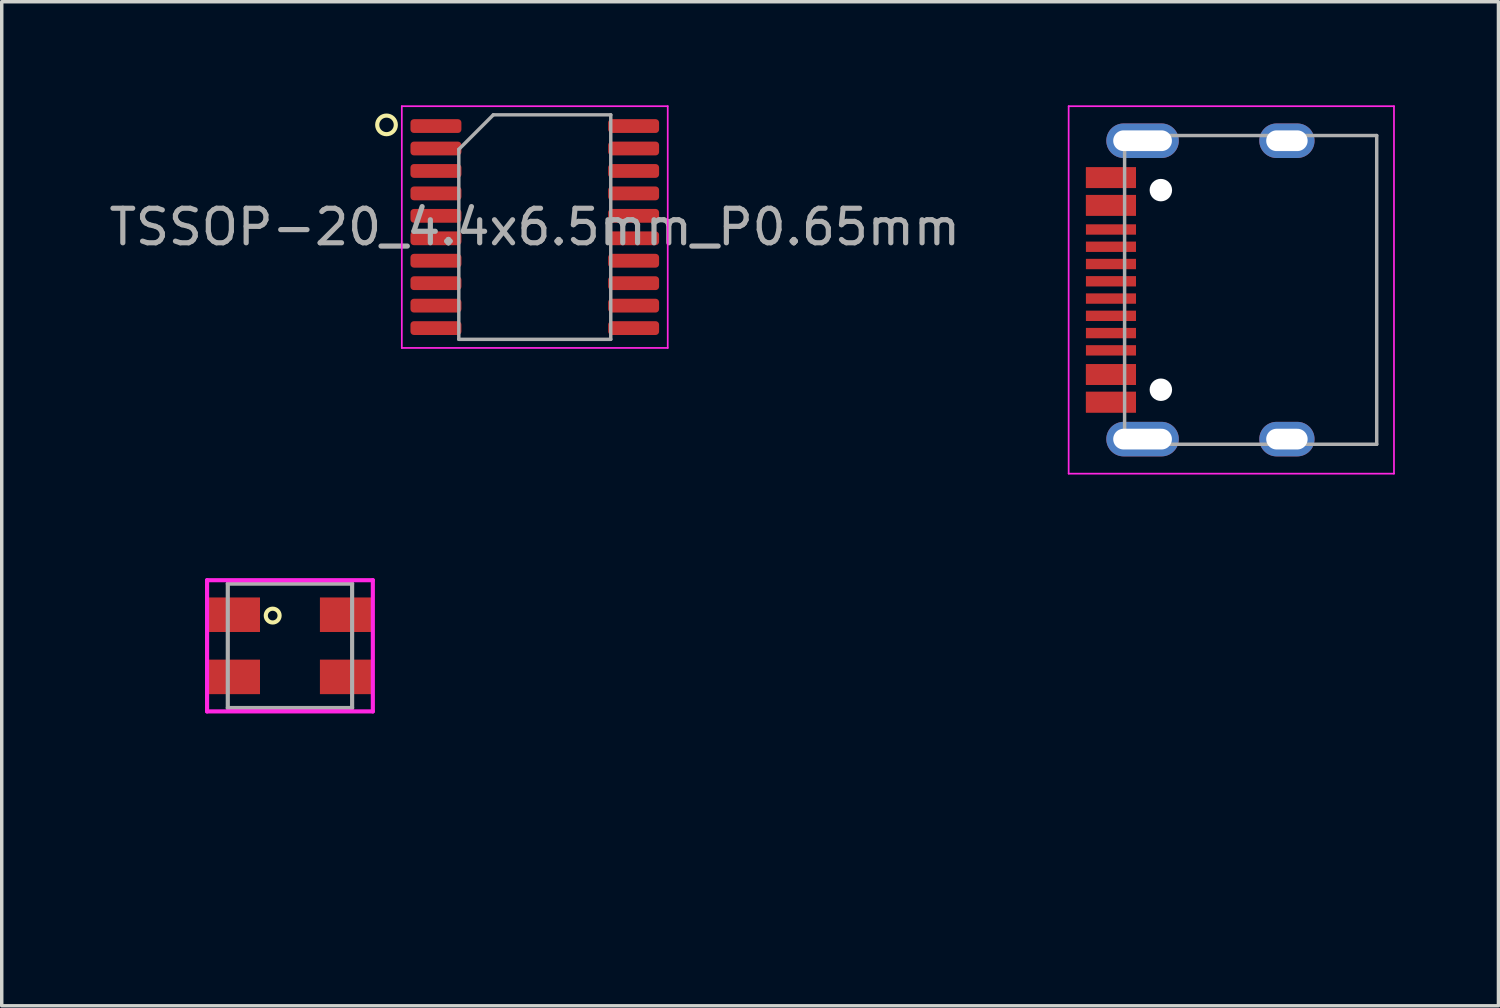
<source format=kicad_pcb>
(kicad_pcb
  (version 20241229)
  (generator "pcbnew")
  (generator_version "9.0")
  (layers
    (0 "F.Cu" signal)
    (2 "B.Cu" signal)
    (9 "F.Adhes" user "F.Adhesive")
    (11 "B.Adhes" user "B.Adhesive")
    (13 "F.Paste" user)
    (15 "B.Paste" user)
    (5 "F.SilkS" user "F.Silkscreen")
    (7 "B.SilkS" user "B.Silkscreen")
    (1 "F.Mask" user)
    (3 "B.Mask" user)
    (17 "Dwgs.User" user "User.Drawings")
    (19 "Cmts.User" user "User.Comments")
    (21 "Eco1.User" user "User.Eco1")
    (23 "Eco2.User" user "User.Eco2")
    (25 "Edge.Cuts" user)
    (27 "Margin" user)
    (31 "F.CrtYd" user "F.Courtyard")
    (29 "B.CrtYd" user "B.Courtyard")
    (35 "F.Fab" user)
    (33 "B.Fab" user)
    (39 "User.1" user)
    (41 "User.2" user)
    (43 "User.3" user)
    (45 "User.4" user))
  (footprint "USB_C_Receptacle_16P"
    (layer "F.Cu")
    (at 32.164 5.295)
    (property "Reference" "USB_C_Receptacle_16P" (at -1.131 0.06 90) (layer "Eco2.User") (effects (font (size 0.3 0.3) (thickness 0.075))))
    (attr smd)
    (fp_line (start -4.27 -5.27) (end 5.15 -5.27) (stroke (width 0.05) (type solid)) (layer "F.CrtYd"))
    (fp_line (start -4.27 5.37) (end -4.27 -5.27) (stroke (width 0.05) (type solid)) (layer "F.CrtYd"))
    (fp_line (start -4.27 5.37) (end 5.15 5.37) (stroke (width 0.05) (type solid)) (layer "F.CrtYd"))
    (fp_line (start 5.15 5.37) (end 5.15 -5.27) (stroke (width 0.05) (type solid)) (layer "F.CrtYd"))
    (fp_line (start -2.65 -4.42) (end 4.65 -4.42) (stroke (width 0.1) (type solid)) (layer "F.Fab"))
    (fp_line (start -2.65 4.52) (end -2.65 -4.42) (stroke (width 0.1) (type solid)) (layer "F.Fab"))
    (fp_line (start -2.65 4.52) (end 4.65 4.52) (stroke (width 0.1) (type solid)) (layer "F.Fab"))
    (fp_line (start 4.65 4.52) (end 4.65 -4.42) (stroke (width 0.1) (type solid)) (layer "F.Fab"))
    (pad "" np_thru_hole circle (at -1.6 -2.84 90) (size 0.65 0.65) (drill 0.65) (layers "*.Cu" "*.Mask"))
    (pad "" np_thru_hole circle (at -1.6 2.94 90) (size 0.65 0.65) (drill 0.65) (layers "*.Cu" "*.Mask"))
    (pad "A1" smd rect (at -3.045 3.3 90) (size 0.6 1.45) (layers "F.Cu" "F.Mask" "F.Paste"))
    (pad "A4" smd rect (at -3.045 2.5 90) (size 0.6 1.45) (layers "F.Cu" "F.Mask" "F.Paste"))
    (pad "A5" smd rect (at -3.045 1.3 90) (size 0.3 1.45) (layers "F.Cu" "F.Mask" "F.Paste"))
    (pad "A6" smd rect (at -3.045 0.3 90) (size 0.3 1.45) (layers "F.Cu" "F.Mask" "F.Paste"))
    (pad "A7" smd rect (at -3.045 -0.2 90) (size 0.3 1.45) (layers "F.Cu" "F.Mask" "F.Paste"))
    (pad "A8" smd rect (at -3.045 -1.2 90) (size 0.3 1.45) (layers "F.Cu" "F.Mask" "F.Paste"))
    (pad "A9" smd rect (at -3.045 -2.4 90) (size 0.6 1.45) (layers "F.Cu" "F.Mask" "F.Paste"))
    (pad "A12" smd rect (at -3.045 -3.2 90) (size 0.6 1.45) (layers "F.Cu" "F.Mask" "F.Paste"))
    (pad "B1" smd rect (at -3.045 -3.2 90) (size 0.6 1.45) (layers "F.Cu" "F.Mask" "F.Paste"))
    (pad "B4" smd rect (at -3.045 -2.4 90) (size 0.6 1.45) (layers "F.Cu" "F.Mask" "F.Paste"))
    (pad "B5" smd rect (at -3.045 -1.7 90) (size 0.3 1.45) (layers "F.Cu" "F.Mask" "F.Paste"))
    (pad "B6" smd rect (at -3.045 -0.7 90) (size 0.3 1.45) (layers "F.Cu" "F.Mask" "F.Paste"))
    (pad "B7" smd rect (at -3.045 0.8 90) (size 0.3 1.45) (layers "F.Cu" "F.Mask" "F.Paste"))
    (pad "B8" smd rect (at -3.045 1.8 90) (size 0.3 1.45) (layers "F.Cu" "F.Mask" "F.Paste"))
    (pad "B9" smd rect (at -3.045 2.5 90) (size 0.6 1.45) (layers "F.Cu" "F.Mask" "F.Paste"))
    (pad "B12" smd rect (at -3.045 3.3 90) (size 0.6 1.45) (layers "F.Cu" "F.Mask" "F.Paste"))
    (pad "S1" thru_hole oval (at -2.13 -4.27 90) (size 1 2.1) (drill oval 0.6 1.7) (layers "*.Cu" "*.Mask"))
    (pad "S1" thru_hole oval (at -2.13 4.37 90) (size 1 2.1) (drill oval 0.6 1.7) (layers "*.Cu" "*.Mask"))
    (pad "S1" thru_hole oval (at 2.05 -4.27 90) (size 1 1.6) (drill oval 0.6 1.2) (layers "*.Cu" "*.Mask"))
    (pad "S1" thru_hole oval (at 2.05 4.37 90) (size 1 1.6) (drill oval 0.6 1.2) (layers "*.Cu" "*.Mask")))
  (footprint "WS2812B-Mini"
    (layer "F.Cu")
    (at 5.346 15.65)
    (property "Reference" "WS2812B-Mini" (at 0.35 6.575 0) (layer "Eco2.User") (effects (font (size 1 1) (thickness 0.15))))
    (attr smd)
    (fp_circle (center -0.5 -0.875) (end -0.5 -0.675) (stroke (width 0.12) (type solid)) (fill no) (layer "F.SilkS"))
    (fp_line (start -2.4 -1.9) (end 2.4 -1.9) (stroke (width 0.12) (type solid)) (layer "F.CrtYd"))
    (fp_line (start -2.4 1.9) (end -2.4 -1.9) (stroke (width 0.12) (type solid)) (layer "F.CrtYd"))
    (fp_line (start 2.4 -1.9) (end 2.4 1.9) (stroke (width 0.12) (type solid)) (layer "F.CrtYd"))
    (fp_line (start 2.4 1.9) (end -2.4 1.9) (stroke (width 0.12) (type solid)) (layer "F.CrtYd"))
    (fp_line (start -1.8 -1.8) (end 1.8 -1.8) (stroke (width 0.12) (type solid)) (layer "F.Fab"))
    (fp_line (start -1.8 1.8) (end -1.8 -1.8) (stroke (width 0.12) (type solid)) (layer "F.Fab"))
    (fp_line (start 1.8 -1.8) (end 1.8 1.8) (stroke (width 0.12) (type solid)) (layer "F.Fab"))
    (fp_line (start 1.8 1.8) (end -1.8 1.8) (stroke (width 0.12) (type solid)) (layer "F.Fab"))
    (pad "1" smd trapezoid (at -1.64 -0.9) (size 1.545 1) (layers "F.Cu" "F.Mask" "F.Paste"))
    (pad "2" smd trapezoid (at -1.64 0.9) (size 1.545 1) (layers "F.Cu" "F.Mask" "F.Paste"))
    (pad "3" smd trapezoid (at 1.64 0.9) (size 1.545 1) (layers "F.Cu" "F.Mask" "F.Paste"))
    (pad "4" smd trapezoid (at 1.64 -0.9) (size 1.545 1) (layers "F.Cu" "F.Mask" "F.Paste")))
  (footprint "TSSOP-20_4.4x6.5mm_P0.65mm"
    (layer "F.Cu")
    (at 12.435 3.525)
    (property "Reference" "TSSOP-20_4.4x6.5mm_P0.65mm" (at -0.081 0.091 0) (layer "Eco2.User") (effects (font (size 0.3 0.3) (thickness 0.075))))
    (attr smd)
    (fp_circle (center -4.293 -2.959) (end -4.255 -2.692) (stroke (width 0.12) (type solid)) (fill no) (layer "F.SilkS"))
    (fp_line (start -3.85 -3.5) (end -3.85 3.5) (stroke (width 0.05) (type solid)) (layer "F.CrtYd"))
    (fp_line (start -3.85 3.5) (end 3.85 3.5) (stroke (width 0.05) (type solid)) (layer "F.CrtYd"))
    (fp_line (start 3.85 -3.5) (end -3.85 -3.5) (stroke (width 0.05) (type solid)) (layer "F.CrtYd"))
    (fp_line (start 3.85 3.5) (end 3.85 -3.5) (stroke (width 0.05) (type solid)) (layer "F.CrtYd"))
    (fp_line (start -2.2 -2.25) (end -1.2 -3.25) (stroke (width 0.1) (type solid)) (layer "F.Fab"))
    (fp_line (start -2.2 3.25) (end -2.2 -2.25) (stroke (width 0.1) (type solid)) (layer "F.Fab"))
    (fp_line (start -1.2 -3.25) (end 2.2 -3.25) (stroke (width 0.1) (type solid)) (layer "F.Fab"))
    (fp_line (start 2.2 -3.25) (end 2.2 3.25) (stroke (width 0.1) (type solid)) (layer "F.Fab"))
    (fp_line (start 2.2 3.25) (end -2.2 3.25) (stroke (width 0.1) (type solid)) (layer "F.Fab"))
    (fp_text user "${REFERENCE}" (at 0 0 0) (layer "F.Fab") (effects (font (size 1 1) (thickness 0.15))))
    (pad "1" smd roundrect (at -2.862 -2.925) (size 1.475 0.4) (layers "F.Cu" "F.Mask" "F.Paste") (roundrect_rratio 0.25))
    (pad "2" smd roundrect (at -2.862 -2.275) (size 1.475 0.4) (layers "F.Cu" "F.Mask" "F.Paste") (roundrect_rratio 0.25))
    (pad "3" smd roundrect (at -2.862 -1.625) (size 1.475 0.4) (layers "F.Cu" "F.Mask" "F.Paste") (roundrect_rratio 0.25))
    (pad "4" smd roundrect (at -2.862 -0.975) (size 1.475 0.4) (layers "F.Cu" "F.Mask" "F.Paste") (roundrect_rratio 0.25))
    (pad "5" smd roundrect (at -2.862 -0.325) (size 1.475 0.4) (layers "F.Cu" "F.Mask" "F.Paste") (roundrect_rratio 0.25))
    (pad "6" smd roundrect (at -2.862 0.325) (size 1.475 0.4) (layers "F.Cu" "F.Mask" "F.Paste") (roundrect_rratio 0.25))
    (pad "7" smd roundrect (at -2.862 0.975) (size 1.475 0.4) (layers "F.Cu" "F.Mask" "F.Paste") (roundrect_rratio 0.25))
    (pad "8" smd roundrect (at -2.862 1.625) (size 1.475 0.4) (layers "F.Cu" "F.Mask" "F.Paste") (roundrect_rratio 0.25))
    (pad "9" smd roundrect (at -2.862 2.275) (size 1.475 0.4) (layers "F.Cu" "F.Mask" "F.Paste") (roundrect_rratio 0.25))
    (pad "10" smd roundrect (at -2.862 2.925) (size 1.475 0.4) (layers "F.Cu" "F.Mask" "F.Paste") (roundrect_rratio 0.25))
    (pad "11" smd roundrect (at 2.862 2.925) (size 1.475 0.4) (layers "F.Cu" "F.Mask" "F.Paste") (roundrect_rratio 0.25))
    (pad "12" smd roundrect (at 2.862 2.275) (size 1.475 0.4) (layers "F.Cu" "F.Mask" "F.Paste") (roundrect_rratio 0.25))
    (pad "13" smd roundrect (at 2.862 1.625) (size 1.475 0.4) (layers "F.Cu" "F.Mask" "F.Paste") (roundrect_rratio 0.25))
    (pad "14" smd roundrect (at 2.862 0.975) (size 1.475 0.4) (layers "F.Cu" "F.Mask" "F.Paste") (roundrect_rratio 0.25))
    (pad "15" smd roundrect (at 2.862 0.325) (size 1.475 0.4) (layers "F.Cu" "F.Mask" "F.Paste") (roundrect_rratio 0.25))
    (pad "16" smd roundrect (at 2.862 -0.325) (size 1.475 0.4) (layers "F.Cu" "F.Mask" "F.Paste") (roundrect_rratio 0.25))
    (pad "17" smd roundrect (at 2.862 -0.975) (size 1.475 0.4) (layers "F.Cu" "F.Mask" "F.Paste") (roundrect_rratio 0.25))
    (pad "18" smd roundrect (at 2.862 -1.625) (size 1.475 0.4) (layers "F.Cu" "F.Mask" "F.Paste") (roundrect_rratio 0.25))
    (pad "19" smd roundrect (at 2.862 -2.275) (size 1.475 0.4) (layers "F.Cu" "F.Mask" "F.Paste") (roundrect_rratio 0.25))
    (pad "20" smd roundrect (at 2.862 -2.925) (size 1.475 0.4) (layers "F.Cu" "F.Mask" "F.Paste") (roundrect_rratio 0.25)))
  (gr_rect
    (start -3 -3)
    (end 40.339 26.073)
    (stroke (width 0.1) (type default))
    (fill no)
    (layer "Edge.Cuts")))
</source>
